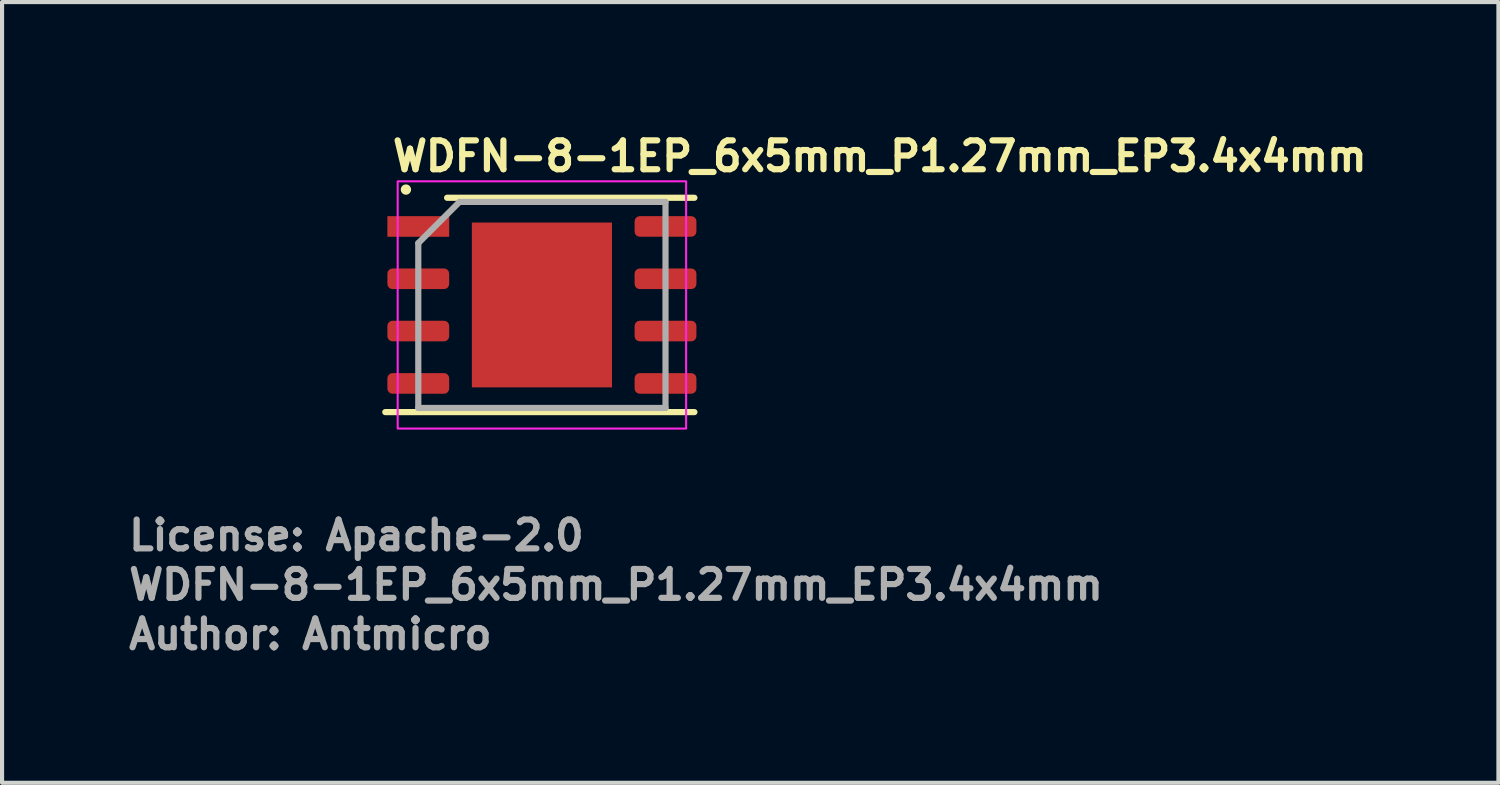
<source format=kicad_pcb>
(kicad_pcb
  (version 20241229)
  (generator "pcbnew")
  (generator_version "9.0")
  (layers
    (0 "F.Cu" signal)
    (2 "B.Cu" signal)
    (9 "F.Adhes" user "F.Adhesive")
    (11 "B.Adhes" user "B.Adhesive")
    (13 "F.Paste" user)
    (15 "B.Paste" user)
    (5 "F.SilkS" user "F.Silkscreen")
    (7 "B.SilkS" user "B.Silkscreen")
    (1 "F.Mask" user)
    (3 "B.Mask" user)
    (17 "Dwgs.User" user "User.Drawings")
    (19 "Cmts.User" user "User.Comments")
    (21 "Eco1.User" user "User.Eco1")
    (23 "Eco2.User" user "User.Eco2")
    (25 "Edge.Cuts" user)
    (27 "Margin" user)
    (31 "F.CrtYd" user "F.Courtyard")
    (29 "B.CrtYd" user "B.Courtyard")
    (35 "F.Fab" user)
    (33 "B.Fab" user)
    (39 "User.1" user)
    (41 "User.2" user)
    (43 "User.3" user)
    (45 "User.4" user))
  (footprint "WDFN-8-1EP_6x5mm_P1.27mm_EP3.4x4mm"
    (layer "F.Cu")
    (at 10.1 4.35)
    (property "Reference" "WDFN-8-1EP_6x5mm_P1.27mm_EP3.4x4mm" (at -3.7 -3.2 0) (layer "F.SilkS") (effects (font (size 0.7 0.7) (thickness 0.15)) (justify left bottom)))
    (attr smd)
    (fp_line (start -3.801 2.6) (end 3.7 2.6) (stroke (width 0.15) (type solid)) (layer "F.SilkS"))
    (fp_line (start -2.301 -2.601) (end 3.7 -2.601) (stroke (width 0.15) (type solid)) (layer "F.SilkS"))
    (fp_circle (center -3.3 -2.8) (end -3.25 -2.8) (stroke (width 0.15) (type solid)) (fill yes) (layer "F.SilkS"))
    (fp_rect (start -3.5 -3) (end 3.499 2.999) (stroke (width 0.05) (type solid)) (fill no) (layer "F.CrtYd"))
    (fp_line (start -3 -1.5) (end -3 2.499) (stroke (width 0.15) (type solid)) (layer "F.Fab"))
    (fp_line (start -3 2.499) (end 2.999 2.499) (stroke (width 0.15) (type solid)) (layer "F.Fab"))
    (fp_line (start -2 -2.5) (end -3 -1.5) (stroke (width 0.15) (type solid)) (layer "F.Fab"))
    (fp_line (start 2.999 -2.5) (end -2 -2.5) (stroke (width 0.15) (type solid)) (layer "F.Fab"))
    (fp_line (start 2.999 2.499) (end 2.999 -2.5) (stroke (width 0.15) (type solid)) (layer "F.Fab"))
    (fp_rect (start -3 -2.5) (end 2.999 2.499) (stroke (width 0.1) (type solid)) (fill no) (layer "User.5"))
    (fp_line (start -3 -2.5) (end -3 2.499) (stroke (width 0.02) (type solid)) (layer "User.9"))
    (fp_line (start -3 2.499) (end 2.999 2.499) (stroke (width 0.02) (type solid)) (layer "User.9"))
    (fp_line (start -2.81 -2.14) (end -2.81 -2.129) (stroke (width 0.02) (type solid)) (layer "User.9"))
    (fp_line (start -2.81 -2.14) (end -2.81 -2.129) (stroke (width 0.02) (type solid)) (layer "User.9"))
    (fp_line (start -2.81 -2.129) (end -2.81 -2.121) (stroke (width 0.02) (type solid)) (layer "User.9"))
    (fp_line (start -2.81 -2.129) (end -2.81 -2.121) (stroke (width 0.02) (type solid)) (layer "User.9"))
    (fp_line (start -2.81 -2.121) (end -2.81 -2.11) (stroke (width 0.02) (type solid)) (layer "User.9"))
    (fp_line (start -2.81 -2.121) (end -2.81 -2.11) (stroke (width 0.02) (type solid)) (layer "User.9"))
    (fp_line (start -2.81 -2.11) (end -2.81 -2.101) (stroke (width 0.02) (type solid)) (layer "User.9"))
    (fp_line (start -2.81 -2.11) (end -2.81 -2.101) (stroke (width 0.02) (type solid)) (layer "User.9"))
    (fp_line (start -2.81 -2.101) (end -2.809 -2.092) (stroke (width 0.02) (type solid)) (layer "User.9"))
    (fp_line (start -2.81 -2.101) (end -2.809 -2.092) (stroke (width 0.02) (type solid)) (layer "User.9"))
    (fp_line (start -2.809 -2.149) (end -2.81 -2.14) (stroke (width 0.02) (type solid)) (layer "User.9"))
    (fp_line (start -2.809 -2.149) (end -2.81 -2.14) (stroke (width 0.02) (type solid)) (layer "User.9"))
    (fp_line (start -2.809 -2.092) (end -2.806 -2.081) (stroke (width 0.02) (type solid)) (layer "User.9"))
    (fp_line (start -2.809 -2.092) (end -2.806 -2.081) (stroke (width 0.02) (type solid)) (layer "User.9"))
    (fp_line (start -2.806 -2.158) (end -2.809 -2.149) (stroke (width 0.02) (type solid)) (layer "User.9"))
    (fp_line (start -2.806 -2.158) (end -2.809 -2.149) (stroke (width 0.02) (type solid)) (layer "User.9"))
    (fp_line (start -2.806 -2.081) (end -2.805 -2.073) (stroke (width 0.02) (type solid)) (layer "User.9"))
    (fp_line (start -2.806 -2.081) (end -2.805 -2.073) (stroke (width 0.02) (type solid)) (layer "User.9"))
    (fp_line (start -2.805 -2.168) (end -2.806 -2.158) (stroke (width 0.02) (type solid)) (layer "User.9"))
    (fp_line (start -2.805 -2.168) (end -2.806 -2.158) (stroke (width 0.02) (type solid)) (layer "User.9"))
    (fp_line (start -2.805 -2.073) (end -2.802 -2.064) (stroke (width 0.02) (type solid)) (layer "User.9"))
    (fp_line (start -2.805 -2.073) (end -2.802 -2.064) (stroke (width 0.02) (type solid)) (layer "User.9"))
    (fp_line (start -2.802 -2.177) (end -2.805 -2.168) (stroke (width 0.02) (type solid)) (layer "User.9"))
    (fp_line (start -2.802 -2.177) (end -2.805 -2.168) (stroke (width 0.02) (type solid)) (layer "User.9"))
    (fp_line (start -2.802 -2.064) (end -2.798 -2.054) (stroke (width 0.02) (type solid)) (layer "User.9"))
    (fp_line (start -2.802 -2.064) (end -2.798 -2.054) (stroke (width 0.02) (type solid)) (layer "User.9"))
    (fp_line (start -2.798 -2.186) (end -2.802 -2.177) (stroke (width 0.02) (type solid)) (layer "User.9"))
    (fp_line (start -2.798 -2.186) (end -2.802 -2.177) (stroke (width 0.02) (type solid)) (layer "User.9"))
    (fp_line (start -2.798 -2.054) (end -2.795 -2.045) (stroke (width 0.02) (type solid)) (layer "User.9"))
    (fp_line (start -2.798 -2.054) (end -2.795 -2.045) (stroke (width 0.02) (type solid)) (layer "User.9"))
    (fp_line (start -2.795 -2.194) (end -2.798 -2.186) (stroke (width 0.02) (type solid)) (layer "User.9"))
    (fp_line (start -2.795 -2.194) (end -2.798 -2.186) (stroke (width 0.02) (type solid)) (layer "User.9"))
    (fp_line (start -2.795 -2.045) (end -2.791 -2.037) (stroke (width 0.02) (type solid)) (layer "User.9"))
    (fp_line (start -2.795 -2.045) (end -2.791 -2.037) (stroke (width 0.02) (type solid)) (layer "User.9"))
    (fp_line (start -2.791 -2.202) (end -2.795 -2.194) (stroke (width 0.02) (type solid)) (layer "User.9"))
    (fp_line (start -2.791 -2.202) (end -2.795 -2.194) (stroke (width 0.02) (type solid)) (layer "User.9"))
    (fp_line (start -2.791 -2.037) (end -2.787 -2.029) (stroke (width 0.02) (type solid)) (layer "User.9"))
    (fp_line (start -2.791 -2.037) (end -2.787 -2.029) (stroke (width 0.02) (type solid)) (layer "User.9"))
    (fp_line (start -2.787 -2.21) (end -2.791 -2.202) (stroke (width 0.02) (type solid)) (layer "User.9"))
    (fp_line (start -2.787 -2.21) (end -2.791 -2.202) (stroke (width 0.02) (type solid)) (layer "User.9"))
    (fp_line (start -2.787 -2.029) (end -2.782 -2.021) (stroke (width 0.02) (type solid)) (layer "User.9"))
    (fp_line (start -2.787 -2.029) (end -2.782 -2.021) (stroke (width 0.02) (type solid)) (layer "User.9"))
    (fp_line (start -2.782 -2.218) (end -2.787 -2.21) (stroke (width 0.02) (type solid)) (layer "User.9"))
    (fp_line (start -2.782 -2.218) (end -2.787 -2.21) (stroke (width 0.02) (type solid)) (layer "User.9"))
    (fp_line (start -2.782 -2.021) (end -2.778 -2.013) (stroke (width 0.02) (type solid)) (layer "User.9"))
    (fp_line (start -2.782 -2.021) (end -2.778 -2.013) (stroke (width 0.02) (type solid)) (layer "User.9"))
    (fp_line (start -2.778 -2.226) (end -2.782 -2.218) (stroke (width 0.02) (type solid)) (layer "User.9"))
    (fp_line (start -2.778 -2.226) (end -2.782 -2.218) (stroke (width 0.02) (type solid)) (layer "User.9"))
    (fp_line (start -2.778 -2.013) (end -2.773 -2.007) (stroke (width 0.02) (type solid)) (layer "User.9"))
    (fp_line (start -2.778 -2.013) (end -2.773 -2.007) (stroke (width 0.02) (type solid)) (layer "User.9"))
    (fp_line (start -2.773 -2.234) (end -2.778 -2.226) (stroke (width 0.02) (type solid)) (layer "User.9"))
    (fp_line (start -2.773 -2.234) (end -2.778 -2.226) (stroke (width 0.02) (type solid)) (layer "User.9"))
    (fp_line (start -2.773 -2.007) (end -2.767 -1.998) (stroke (width 0.02) (type solid)) (layer "User.9"))
    (fp_line (start -2.773 -2.007) (end -2.767 -1.998) (stroke (width 0.02) (type solid)) (layer "User.9"))
    (fp_line (start -2.767 -1.998) (end -2.762 -1.992) (stroke (width 0.02) (type solid)) (layer "User.9"))
    (fp_line (start -2.767 -1.998) (end -2.762 -1.992) (stroke (width 0.02) (type solid)) (layer "User.9"))
    (fp_line (start -2.766 -2.242) (end -2.773 -2.234) (stroke (width 0.02) (type solid)) (layer "User.9"))
    (fp_line (start -2.766 -2.242) (end -2.773 -2.234) (stroke (width 0.02) (type solid)) (layer "User.9"))
    (fp_line (start -2.762 -1.992) (end -2.754 -1.986) (stroke (width 0.02) (type solid)) (layer "User.9"))
    (fp_line (start -2.762 -1.992) (end -2.754 -1.986) (stroke (width 0.02) (type solid)) (layer "User.9"))
    (fp_line (start -2.761 -2.249) (end -2.766 -2.242) (stroke (width 0.02) (type solid)) (layer "User.9"))
    (fp_line (start -2.761 -2.249) (end -2.766 -2.242) (stroke (width 0.02) (type solid)) (layer "User.9"))
    (fp_line (start -2.754 -2.254) (end -2.761 -2.249) (stroke (width 0.02) (type solid)) (layer "User.9"))
    (fp_line (start -2.754 -2.254) (end -2.761 -2.249) (stroke (width 0.02) (type solid)) (layer "User.9"))
    (fp_line (start -2.754 -1.986) (end -2.749 -1.98) (stroke (width 0.02) (type solid)) (layer "User.9"))
    (fp_line (start -2.754 -1.986) (end -2.749 -1.98) (stroke (width 0.02) (type solid)) (layer "User.9"))
    (fp_line (start -2.749 -2.261) (end -2.754 -2.254) (stroke (width 0.02) (type solid)) (layer "User.9"))
    (fp_line (start -2.749 -2.261) (end -2.754 -2.254) (stroke (width 0.02) (type solid)) (layer "User.9"))
    (fp_line (start -2.749 -1.98) (end -2.742 -1.974) (stroke (width 0.02) (type solid)) (layer "User.9"))
    (fp_line (start -2.749 -1.98) (end -2.742 -1.974) (stroke (width 0.02) (type solid)) (layer "User.9"))
    (fp_line (start -2.742 -2.266) (end -2.749 -2.261) (stroke (width 0.02) (type solid)) (layer "User.9"))
    (fp_line (start -2.742 -2.266) (end -2.749 -2.261) (stroke (width 0.02) (type solid)) (layer "User.9"))
    (fp_line (start -2.742 -1.974) (end -2.734 -1.968) (stroke (width 0.02) (type solid)) (layer "User.9"))
    (fp_line (start -2.742 -1.974) (end -2.734 -1.968) (stroke (width 0.02) (type solid)) (layer "User.9"))
    (fp_line (start -2.734 -2.273) (end -2.742 -2.266) (stroke (width 0.02) (type solid)) (layer "User.9"))
    (fp_line (start -2.734 -2.273) (end -2.742 -2.266) (stroke (width 0.02) (type solid)) (layer "User.9"))
    (fp_line (start -2.734 -1.968) (end -2.726 -1.962) (stroke (width 0.02) (type solid)) (layer "User.9"))
    (fp_line (start -2.734 -1.968) (end -2.726 -1.962) (stroke (width 0.02) (type solid)) (layer "User.9"))
    (fp_line (start -2.726 -2.278) (end -2.734 -2.273) (stroke (width 0.02) (type solid)) (layer "User.9"))
    (fp_line (start -2.726 -2.278) (end -2.734 -2.273) (stroke (width 0.02) (type solid)) (layer "User.9"))
    (fp_line (start -2.726 -1.962) (end -2.718 -1.958) (stroke (width 0.02) (type solid)) (layer "User.9"))
    (fp_line (start -2.726 -1.962) (end -2.718 -1.958) (stroke (width 0.02) (type solid)) (layer "User.9"))
    (fp_line (start -2.718 -2.282) (end -2.726 -2.278) (stroke (width 0.02) (type solid)) (layer "User.9"))
    (fp_line (start -2.718 -2.282) (end -2.726 -2.278) (stroke (width 0.02) (type solid)) (layer "User.9"))
    (fp_line (start -2.718 -1.958) (end -2.71 -1.952) (stroke (width 0.02) (type solid)) (layer "User.9"))
    (fp_line (start -2.718 -1.958) (end -2.71 -1.952) (stroke (width 0.02) (type solid)) (layer "User.9"))
    (fp_line (start -2.71 -2.287) (end -2.718 -2.282) (stroke (width 0.02) (type solid)) (layer "User.9"))
    (fp_line (start -2.71 -2.287) (end -2.718 -2.282) (stroke (width 0.02) (type solid)) (layer "User.9"))
    (fp_line (start -2.71 -1.952) (end -2.702 -1.948) (stroke (width 0.02) (type solid)) (layer "User.9"))
    (fp_line (start -2.71 -1.952) (end -2.702 -1.948) (stroke (width 0.02) (type solid)) (layer "User.9"))
    (fp_line (start -2.702 -2.291) (end -2.71 -2.287) (stroke (width 0.02) (type solid)) (layer "User.9"))
    (fp_line (start -2.702 -2.291) (end -2.71 -2.287) (stroke (width 0.02) (type solid)) (layer "User.9"))
    (fp_line (start -2.702 -1.948) (end -2.694 -1.944) (stroke (width 0.02) (type solid)) (layer "User.9"))
    (fp_line (start -2.702 -1.948) (end -2.694 -1.944) (stroke (width 0.02) (type solid)) (layer "User.9"))
    (fp_line (start -2.694 -2.295) (end -2.702 -2.291) (stroke (width 0.02) (type solid)) (layer "User.9"))
    (fp_line (start -2.694 -2.295) (end -2.702 -2.291) (stroke (width 0.02) (type solid)) (layer "User.9"))
    (fp_line (start -2.694 -1.944) (end -2.685 -1.942) (stroke (width 0.02) (type solid)) (layer "User.9"))
    (fp_line (start -2.694 -1.944) (end -2.685 -1.942) (stroke (width 0.02) (type solid)) (layer "User.9"))
    (fp_line (start -2.685 -2.298) (end -2.694 -2.295) (stroke (width 0.02) (type solid)) (layer "User.9"))
    (fp_line (start -2.685 -2.298) (end -2.694 -2.295) (stroke (width 0.02) (type solid)) (layer "User.9"))
    (fp_line (start -2.685 -1.942) (end -2.677 -1.938) (stroke (width 0.02) (type solid)) (layer "User.9"))
    (fp_line (start -2.685 -1.942) (end -2.677 -1.938) (stroke (width 0.02) (type solid)) (layer "User.9"))
    (fp_line (start -2.677 -2.302) (end -2.685 -2.298) (stroke (width 0.02) (type solid)) (layer "User.9"))
    (fp_line (start -2.677 -2.302) (end -2.685 -2.298) (stroke (width 0.02) (type solid)) (layer "User.9"))
    (fp_line (start -2.677 -1.938) (end -2.668 -1.936) (stroke (width 0.02) (type solid)) (layer "User.9"))
    (fp_line (start -2.677 -1.938) (end -2.668 -1.936) (stroke (width 0.02) (type solid)) (layer "User.9"))
    (fp_line (start -2.668 -2.305) (end -2.677 -2.302) (stroke (width 0.02) (type solid)) (layer "User.9"))
    (fp_line (start -2.668 -2.305) (end -2.677 -2.302) (stroke (width 0.02) (type solid)) (layer "User.9"))
    (fp_line (start -2.668 -1.936) (end -2.658 -1.934) (stroke (width 0.02) (type solid)) (layer "User.9"))
    (fp_line (start -2.668 -1.936) (end -2.658 -1.934) (stroke (width 0.02) (type solid)) (layer "User.9"))
    (fp_line (start -2.658 -2.307) (end -2.668 -2.305) (stroke (width 0.02) (type solid)) (layer "User.9"))
    (fp_line (start -2.658 -2.307) (end -2.668 -2.305) (stroke (width 0.02) (type solid)) (layer "User.9"))
    (fp_line (start -2.658 -1.934) (end -2.649 -1.932) (stroke (width 0.02) (type solid)) (layer "User.9"))
    (fp_line (start -2.658 -1.934) (end -2.649 -1.932) (stroke (width 0.02) (type solid)) (layer "User.9"))
    (fp_line (start -2.649 -2.308) (end -2.658 -2.307) (stroke (width 0.02) (type solid)) (layer "User.9"))
    (fp_line (start -2.649 -2.308) (end -2.658 -2.307) (stroke (width 0.02) (type solid)) (layer "User.9"))
    (fp_line (start -2.649 -1.932) (end -2.64 -1.93) (stroke (width 0.02) (type solid)) (layer "User.9"))
    (fp_line (start -2.649 -1.932) (end -2.64 -1.93) (stroke (width 0.02) (type solid)) (layer "User.9"))
    (fp_line (start -2.64 -2.31) (end -2.649 -2.308) (stroke (width 0.02) (type solid)) (layer "User.9"))
    (fp_line (start -2.64 -2.31) (end -2.649 -2.308) (stroke (width 0.02) (type solid)) (layer "User.9"))
    (fp_line (start -2.64 -1.93) (end -2.629 -1.93) (stroke (width 0.02) (type solid)) (layer "User.9"))
    (fp_line (start -2.64 -1.93) (end -2.629 -1.93) (stroke (width 0.02) (type solid)) (layer "User.9"))
    (fp_line (start -2.629 -2.311) (end -2.64 -2.31) (stroke (width 0.02) (type solid)) (layer "User.9"))
    (fp_line (start -2.629 -2.311) (end -2.64 -2.31) (stroke (width 0.02) (type solid)) (layer "User.9"))
    (fp_line (start -2.629 -1.93) (end -2.621 -1.93) (stroke (width 0.02) (type solid)) (layer "User.9"))
    (fp_line (start -2.629 -1.93) (end -2.621 -1.93) (stroke (width 0.02) (type solid)) (layer "User.9"))
    (fp_line (start -2.621 -1.93) (end -2.621 -1.93) (stroke (width 0.02) (type solid)) (layer "User.9"))
    (fp_line (start -2.621 -1.93) (end -2.621 -1.93) (stroke (width 0.02) (type solid)) (layer "User.9"))
    (fp_line (start -2.621 -1.93) (end -2.61 -1.93) (stroke (width 0.02) (type solid)) (layer "User.9"))
    (fp_line (start -2.621 -1.93) (end -2.61 -1.93) (stroke (width 0.02) (type solid)) (layer "User.9"))
    (fp_line (start -2.62 -2.311) (end -2.629 -2.311) (stroke (width 0.02) (type solid)) (layer "User.9"))
    (fp_line (start -2.62 -2.311) (end -2.629 -2.311) (stroke (width 0.02) (type solid)) (layer "User.9"))
    (fp_line (start -2.62 -2.311) (end -2.62 -2.311) (stroke (width 0.02) (type solid)) (layer "User.9"))
    (fp_line (start -2.62 -2.311) (end -2.62 -2.311) (stroke (width 0.02) (type solid)) (layer "User.9"))
    (fp_line (start -2.61 -2.311) (end -2.62 -2.311) (stroke (width 0.02) (type solid)) (layer "User.9"))
    (fp_line (start -2.61 -2.311) (end -2.62 -2.311) (stroke (width 0.02) (type solid)) (layer "User.9"))
    (fp_line (start -2.61 -1.93) (end -2.601 -1.93) (stroke (width 0.02) (type solid)) (layer "User.9"))
    (fp_line (start -2.61 -1.93) (end -2.601 -1.93) (stroke (width 0.02) (type solid)) (layer "User.9"))
    (fp_line (start -2.601 -2.31) (end -2.61 -2.311) (stroke (width 0.02) (type solid)) (layer "User.9"))
    (fp_line (start -2.601 -2.31) (end -2.61 -2.311) (stroke (width 0.02) (type solid)) (layer "User.9"))
    (fp_line (start -2.601 -1.93) (end -2.592 -1.932) (stroke (width 0.02) (type solid)) (layer "User.9"))
    (fp_line (start -2.601 -1.93) (end -2.592 -1.932) (stroke (width 0.02) (type solid)) (layer "User.9"))
    (fp_line (start -2.592 -1.932) (end -2.581 -1.934) (stroke (width 0.02) (type solid)) (layer "User.9"))
    (fp_line (start -2.592 -1.932) (end -2.581 -1.934) (stroke (width 0.02) (type solid)) (layer "User.9"))
    (fp_line (start -2.59 -2.308) (end -2.601 -2.31) (stroke (width 0.02) (type solid)) (layer "User.9"))
    (fp_line (start -2.59 -2.308) (end -2.601 -2.31) (stroke (width 0.02) (type solid)) (layer "User.9"))
    (fp_line (start -2.581 -2.307) (end -2.59 -2.308) (stroke (width 0.02) (type solid)) (layer "User.9"))
    (fp_line (start -2.581 -2.307) (end -2.59 -2.308) (stroke (width 0.02) (type solid)) (layer "User.9"))
    (fp_line (start -2.581 -1.934) (end -2.573 -1.936) (stroke (width 0.02) (type solid)) (layer "User.9"))
    (fp_line (start -2.581 -1.934) (end -2.573 -1.936) (stroke (width 0.02) (type solid)) (layer "User.9"))
    (fp_line (start -2.573 -2.305) (end -2.581 -2.307) (stroke (width 0.02) (type solid)) (layer "User.9"))
    (fp_line (start -2.573 -2.305) (end -2.581 -2.307) (stroke (width 0.02) (type solid)) (layer "User.9"))
    (fp_line (start -2.573 -1.936) (end -2.564 -1.938) (stroke (width 0.02) (type solid)) (layer "User.9"))
    (fp_line (start -2.573 -1.936) (end -2.564 -1.938) (stroke (width 0.02) (type solid)) (layer "User.9"))
    (fp_line (start -2.564 -2.302) (end -2.573 -2.305) (stroke (width 0.02) (type solid)) (layer "User.9"))
    (fp_line (start -2.564 -2.302) (end -2.573 -2.305) (stroke (width 0.02) (type solid)) (layer "User.9"))
    (fp_line (start -2.564 -1.938) (end -2.555 -1.942) (stroke (width 0.02) (type solid)) (layer "User.9"))
    (fp_line (start -2.564 -1.938) (end -2.555 -1.942) (stroke (width 0.02) (type solid)) (layer "User.9"))
    (fp_line (start -2.555 -2.298) (end -2.564 -2.302) (stroke (width 0.02) (type solid)) (layer "User.9"))
    (fp_line (start -2.555 -2.298) (end -2.564 -2.302) (stroke (width 0.02) (type solid)) (layer "User.9"))
    (fp_line (start -2.555 -1.942) (end -2.545 -1.944) (stroke (width 0.02) (type solid)) (layer "User.9"))
    (fp_line (start -2.555 -1.942) (end -2.545 -1.944) (stroke (width 0.02) (type solid)) (layer "User.9"))
    (fp_line (start -2.545 -2.295) (end -2.555 -2.298) (stroke (width 0.02) (type solid)) (layer "User.9"))
    (fp_line (start -2.545 -2.295) (end -2.555 -2.298) (stroke (width 0.02) (type solid)) (layer "User.9"))
    (fp_line (start -2.545 -1.944) (end -2.537 -1.948) (stroke (width 0.02) (type solid)) (layer "User.9"))
    (fp_line (start -2.545 -1.944) (end -2.537 -1.948) (stroke (width 0.02) (type solid)) (layer "User.9"))
    (fp_line (start -2.537 -2.291) (end -2.545 -2.295) (stroke (width 0.02) (type solid)) (layer "User.9"))
    (fp_line (start -2.537 -2.291) (end -2.545 -2.295) (stroke (width 0.02) (type solid)) (layer "User.9"))
    (fp_line (start -2.537 -1.948) (end -2.529 -1.952) (stroke (width 0.02) (type solid)) (layer "User.9"))
    (fp_line (start -2.537 -1.948) (end -2.529 -1.952) (stroke (width 0.02) (type solid)) (layer "User.9"))
    (fp_line (start -2.529 -2.287) (end -2.537 -2.291) (stroke (width 0.02) (type solid)) (layer "User.9"))
    (fp_line (start -2.529 -2.287) (end -2.537 -2.291) (stroke (width 0.02) (type solid)) (layer "User.9"))
    (fp_line (start -2.529 -1.952) (end -2.521 -1.958) (stroke (width 0.02) (type solid)) (layer "User.9"))
    (fp_line (start -2.529 -1.952) (end -2.521 -1.958) (stroke (width 0.02) (type solid)) (layer "User.9"))
    (fp_line (start -2.521 -2.282) (end -2.529 -2.287) (stroke (width 0.02) (type solid)) (layer "User.9"))
    (fp_line (start -2.521 -2.282) (end -2.529 -2.287) (stroke (width 0.02) (type solid)) (layer "User.9"))
    (fp_line (start -2.521 -1.958) (end -2.513 -1.962) (stroke (width 0.02) (type solid)) (layer "User.9"))
    (fp_line (start -2.521 -1.958) (end -2.513 -1.962) (stroke (width 0.02) (type solid)) (layer "User.9"))
    (fp_line (start -2.513 -2.278) (end -2.521 -2.282) (stroke (width 0.02) (type solid)) (layer "User.9"))
    (fp_line (start -2.513 -2.278) (end -2.521 -2.282) (stroke (width 0.02) (type solid)) (layer "User.9"))
    (fp_line (start -2.513 -1.962) (end -2.507 -1.968) (stroke (width 0.02) (type solid)) (layer "User.9"))
    (fp_line (start -2.513 -1.962) (end -2.507 -1.968) (stroke (width 0.02) (type solid)) (layer "User.9"))
    (fp_line (start -2.507 -2.273) (end -2.513 -2.278) (stroke (width 0.02) (type solid)) (layer "User.9"))
    (fp_line (start -2.507 -2.273) (end -2.513 -2.278) (stroke (width 0.02) (type solid)) (layer "User.9"))
    (fp_line (start -2.507 -1.968) (end -2.499 -1.974) (stroke (width 0.02) (type solid)) (layer "User.9"))
    (fp_line (start -2.507 -1.968) (end -2.499 -1.974) (stroke (width 0.02) (type solid)) (layer "User.9"))
    (fp_line (start -2.499 -2.266) (end -2.507 -2.273) (stroke (width 0.02) (type solid)) (layer "User.9"))
    (fp_line (start -2.499 -2.266) (end -2.507 -2.273) (stroke (width 0.02) (type solid)) (layer "User.9"))
    (fp_line (start -2.499 -1.974) (end -2.492 -1.98) (stroke (width 0.02) (type solid)) (layer "User.9"))
    (fp_line (start -2.499 -1.974) (end -2.492 -1.98) (stroke (width 0.02) (type solid)) (layer "User.9"))
    (fp_line (start -2.492 -2.261) (end -2.499 -2.266) (stroke (width 0.02) (type solid)) (layer "User.9"))
    (fp_line (start -2.492 -2.261) (end -2.499 -2.266) (stroke (width 0.02) (type solid)) (layer "User.9"))
    (fp_line (start -2.492 -1.98) (end -2.485 -1.986) (stroke (width 0.02) (type solid)) (layer "User.9"))
    (fp_line (start -2.492 -1.98) (end -2.485 -1.986) (stroke (width 0.02) (type solid)) (layer "User.9"))
    (fp_line (start -2.485 -2.254) (end -2.492 -2.261) (stroke (width 0.02) (type solid)) (layer "User.9"))
    (fp_line (start -2.485 -2.254) (end -2.492 -2.261) (stroke (width 0.02) (type solid)) (layer "User.9"))
    (fp_line (start -2.485 -1.986) (end -2.48 -1.992) (stroke (width 0.02) (type solid)) (layer "User.9"))
    (fp_line (start -2.485 -1.986) (end -2.48 -1.992) (stroke (width 0.02) (type solid)) (layer "User.9"))
    (fp_line (start -2.48 -1.992) (end -2.473 -1.998) (stroke (width 0.02) (type solid)) (layer "User.9"))
    (fp_line (start -2.48 -1.992) (end -2.473 -1.998) (stroke (width 0.02) (type solid)) (layer "User.9"))
    (fp_line (start -2.479 -2.249) (end -2.485 -2.254) (stroke (width 0.02) (type solid)) (layer "User.9"))
    (fp_line (start -2.479 -2.249) (end -2.485 -2.254) (stroke (width 0.02) (type solid)) (layer "User.9"))
    (fp_line (start -2.473 -1.998) (end -2.468 -2.007) (stroke (width 0.02) (type solid)) (layer "User.9"))
    (fp_line (start -2.473 -1.998) (end -2.468 -2.007) (stroke (width 0.02) (type solid)) (layer "User.9"))
    (fp_line (start -2.472 -2.242) (end -2.479 -2.249) (stroke (width 0.02) (type solid)) (layer "User.9"))
    (fp_line (start -2.472 -2.242) (end -2.479 -2.249) (stroke (width 0.02) (type solid)) (layer "User.9"))
    (fp_line (start -2.468 -2.234) (end -2.472 -2.242) (stroke (width 0.02) (type solid)) (layer "User.9"))
    (fp_line (start -2.468 -2.234) (end -2.472 -2.242) (stroke (width 0.02) (type solid)) (layer "User.9"))
    (fp_line (start -2.468 -2.007) (end -2.463 -2.013) (stroke (width 0.02) (type solid)) (layer "User.9"))
    (fp_line (start -2.468 -2.007) (end -2.463 -2.013) (stroke (width 0.02) (type solid)) (layer "User.9"))
    (fp_line (start -2.463 -2.226) (end -2.468 -2.234) (stroke (width 0.02) (type solid)) (layer "User.9"))
    (fp_line (start -2.463 -2.226) (end -2.468 -2.234) (stroke (width 0.02) (type solid)) (layer "User.9"))
    (fp_line (start -2.463 -2.013) (end -2.457 -2.021) (stroke (width 0.02) (type solid)) (layer "User.9"))
    (fp_line (start -2.463 -2.013) (end -2.457 -2.021) (stroke (width 0.02) (type solid)) (layer "User.9"))
    (fp_line (start -2.457 -2.218) (end -2.463 -2.226) (stroke (width 0.02) (type solid)) (layer "User.9"))
    (fp_line (start -2.457 -2.218) (end -2.463 -2.226) (stroke (width 0.02) (type solid)) (layer "User.9"))
    (fp_line (start -2.457 -2.021) (end -2.452 -2.029) (stroke (width 0.02) (type solid)) (layer "User.9"))
    (fp_line (start -2.457 -2.021) (end -2.452 -2.029) (stroke (width 0.02) (type solid)) (layer "User.9"))
    (fp_line (start -2.452 -2.21) (end -2.457 -2.218) (stroke (width 0.02) (type solid)) (layer "User.9"))
    (fp_line (start -2.452 -2.21) (end -2.457 -2.218) (stroke (width 0.02) (type solid)) (layer "User.9"))
    (fp_line (start -2.452 -2.029) (end -2.448 -2.037) (stroke (width 0.02) (type solid)) (layer "User.9"))
    (fp_line (start -2.452 -2.029) (end -2.448 -2.037) (stroke (width 0.02) (type solid)) (layer "User.9"))
    (fp_line (start -2.448 -2.202) (end -2.452 -2.21) (stroke (width 0.02) (type solid)) (layer "User.9"))
    (fp_line (start -2.448 -2.202) (end -2.452 -2.21) (stroke (width 0.02) (type solid)) (layer "User.9"))
    (fp_line (start -2.448 -2.037) (end -2.444 -2.045) (stroke (width 0.02) (type solid)) (layer "User.9"))
    (fp_line (start -2.448 -2.037) (end -2.444 -2.045) (stroke (width 0.02) (type solid)) (layer "User.9"))
    (fp_line (start -2.444 -2.194) (end -2.448 -2.202) (stroke (width 0.02) (type solid)) (layer "User.9"))
    (fp_line (start -2.444 -2.194) (end -2.448 -2.202) (stroke (width 0.02) (type solid)) (layer "User.9"))
    (fp_line (start -2.444 -2.045) (end -2.441 -2.054) (stroke (width 0.02) (type solid)) (layer "User.9"))
    (fp_line (start -2.444 -2.045) (end -2.441 -2.054) (stroke (width 0.02) (type solid)) (layer "User.9"))
    (fp_line (start -2.441 -2.186) (end -2.444 -2.194) (stroke (width 0.02) (type solid)) (layer "User.9"))
    (fp_line (start -2.441 -2.186) (end -2.444 -2.194) (stroke (width 0.02) (type solid)) (layer "User.9"))
    (fp_line (start -2.441 -2.054) (end -2.439 -2.064) (stroke (width 0.02) (type solid)) (layer "User.9"))
    (fp_line (start -2.441 -2.054) (end -2.439 -2.064) (stroke (width 0.02) (type solid)) (layer "User.9"))
    (fp_line (start -2.439 -2.177) (end -2.441 -2.186) (stroke (width 0.02) (type solid)) (layer "User.9"))
    (fp_line (start -2.439 -2.177) (end -2.441 -2.186) (stroke (width 0.02) (type solid)) (layer "User.9"))
    (fp_line (start -2.439 -2.064) (end -2.436 -2.073) (stroke (width 0.02) (type solid)) (layer "User.9"))
    (fp_line (start -2.439 -2.064) (end -2.436 -2.073) (stroke (width 0.02) (type solid)) (layer "User.9"))
    (fp_line (start -2.436 -2.168) (end -2.439 -2.177) (stroke (width 0.02) (type solid)) (layer "User.9"))
    (fp_line (start -2.436 -2.168) (end -2.439 -2.177) (stroke (width 0.02) (type solid)) (layer "User.9"))
    (fp_line (start -2.436 -2.073) (end -2.433 -2.081) (stroke (width 0.02) (type solid)) (layer "User.9"))
    (fp_line (start -2.436 -2.073) (end -2.433 -2.081) (stroke (width 0.02) (type solid)) (layer "User.9"))
    (fp_line (start -2.433 -2.158) (end -2.436 -2.168) (stroke (width 0.02) (type solid)) (layer "User.9"))
    (fp_line (start -2.433 -2.158) (end -2.436 -2.168) (stroke (width 0.02) (type solid)) (layer "User.9"))
    (fp_line (start -2.433 -2.081) (end -2.431 -2.09) (stroke (width 0.02) (type solid)) (layer "User.9"))
    (fp_line (start -2.433 -2.081) (end -2.431 -2.09) (stroke (width 0.02) (type solid)) (layer "User.9"))
    (fp_line (start -2.431 -2.149) (end -2.433 -2.158) (stroke (width 0.02) (type solid)) (layer "User.9"))
    (fp_line (start -2.431 -2.149) (end -2.433 -2.158) (stroke (width 0.02) (type solid)) (layer "User.9"))
    (fp_line (start -2.431 -2.14) (end -2.431 -2.149) (stroke (width 0.02) (type solid)) (layer "User.9"))
    (fp_line (start -2.431 -2.14) (end -2.431 -2.149) (stroke (width 0.02) (type solid)) (layer "User.9"))
    (fp_line (start -2.431 -2.101) (end -2.43 -2.11) (stroke (width 0.02) (type solid)) (layer "User.9"))
    (fp_line (start -2.431 -2.101) (end -2.43 -2.11) (stroke (width 0.02) (type solid)) (layer "User.9"))
    (fp_line (start -2.431 -2.09) (end -2.431 -2.101) (stroke (width 0.02) (type solid)) (layer "User.9"))
    (fp_line (start -2.431 -2.09) (end -2.431 -2.101) (stroke (width 0.02) (type solid)) (layer "User.9"))
    (fp_line (start -2.43 -2.129) (end -2.431 -2.14) (stroke (width 0.02) (type solid)) (layer "User.9"))
    (fp_line (start -2.43 -2.129) (end -2.431 -2.14) (stroke (width 0.02) (type solid)) (layer "User.9"))
    (fp_line (start -2.43 -2.121) (end -2.43 -2.129) (stroke (width 0.02) (type solid)) (layer "User.9"))
    (fp_line (start -2.43 -2.121) (end -2.43 -2.129) (stroke (width 0.02) (type solid)) (layer "User.9"))
    (fp_line (start -2.43 -2.11) (end -2.43 -2.12) (stroke (width 0.02) (type solid)) (layer "User.9"))
    (fp_line (start -2.43 -2.11) (end -2.43 -2.12) (stroke (width 0.02) (type solid)) (layer "User.9"))
    (fp_line (start 2.999 -2.5) (end -3 -2.5) (stroke (width 0.02) (type solid)) (layer "User.9"))
    (fp_line (start 2.999 2.499) (end 2.999 -2.5) (stroke (width 0.02) (type solid)) (layer "User.9"))
    (fp_text user "License: Apache-2.0" (at -10.1 6 0) (layer "F.Fab") (effects (font (size 0.7 0.7) (thickness 0.15)) (justify left bottom)))
    (fp_text user "${REFERENCE}" (at -10.1 7.2 0) (layer "F.Fab") (effects (font (size 0.7 0.7) (thickness 0.15)) (justify left bottom)))
    (fp_text user "Author: Antmicro" (at -10.1 8.4 0) (layer "F.Fab") (effects (font (size 0.7 0.7) (thickness 0.15)) (justify left bottom)))
    (pad "" smd roundrect (at -0.802 -1) (size 1.37 1.61) (layers "F.Paste") (roundrect_rratio 0.182))
    (pad "" smd roundrect (at -0.802 0.998) (size 1.37 1.61) (layers "F.Paste") (roundrect_rratio 0.182))
    (pad "" smd roundrect (at 0.8 -1) (size 1.37 1.61) (layers "F.Paste") (roundrect_rratio 0.182))
    (pad "" smd roundrect (at 0.8 0.998) (size 1.37 1.61) (layers "F.Paste") (roundrect_rratio 0.182))
    (pad "1" smd rect (at -3 -1.905 90) (size 0.5 1.5) (layers "F.Cu" "F.Mask" "F.Paste"))
    (pad "2" smd roundrect (at -3 -0.635 90) (size 0.5 1.5) (layers "F.Cu" "F.Mask" "F.Paste") (roundrect_rratio 0.25))
    (pad "3" smd roundrect (at -3 0.633 90) (size 0.5 1.5) (layers "F.Cu" "F.Mask" "F.Paste") (roundrect_rratio 0.25))
    (pad "4" smd roundrect (at -3 1.904 90) (size 0.5 1.5) (layers "F.Cu" "F.Mask" "F.Paste") (roundrect_rratio 0.25))
    (pad "5" smd roundrect (at 2.999 1.904 90) (size 0.5 1.5) (layers "F.Cu" "F.Mask" "F.Paste") (roundrect_rratio 0.25))
    (pad "6" smd roundrect (at 2.999 0.633 90) (size 0.5 1.5) (layers "F.Cu" "F.Mask" "F.Paste") (roundrect_rratio 0.25))
    (pad "7" smd roundrect (at 2.999 -0.635 90) (size 0.5 1.5) (layers "F.Cu" "F.Mask" "F.Paste") (roundrect_rratio 0.25))
    (pad "8" smd roundrect (at 2.999 -1.905 90) (size 0.5 1.5) (layers "F.Cu" "F.Mask" "F.Paste") (roundrect_rratio 0.25))
    (pad "9" smd rect (at 0 0) (size 3.4 4) (layers "F.Cu" "F.Mask")))
  (gr_rect
    (start -3 -3)
    (end 33.31 15.945)
    (stroke (width 0.1) (type default))
    (fill no)
    (layer "Edge.Cuts")))
</source>
